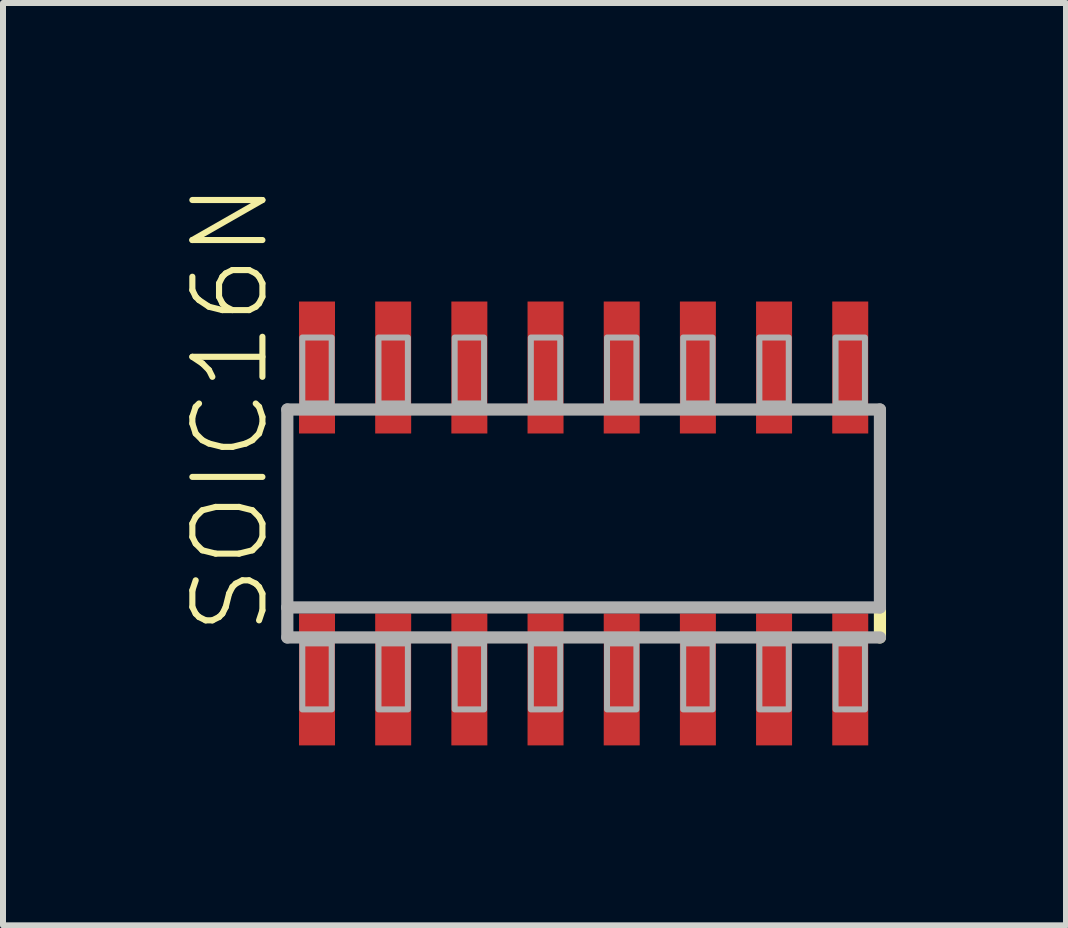
<source format=kicad_pcb>
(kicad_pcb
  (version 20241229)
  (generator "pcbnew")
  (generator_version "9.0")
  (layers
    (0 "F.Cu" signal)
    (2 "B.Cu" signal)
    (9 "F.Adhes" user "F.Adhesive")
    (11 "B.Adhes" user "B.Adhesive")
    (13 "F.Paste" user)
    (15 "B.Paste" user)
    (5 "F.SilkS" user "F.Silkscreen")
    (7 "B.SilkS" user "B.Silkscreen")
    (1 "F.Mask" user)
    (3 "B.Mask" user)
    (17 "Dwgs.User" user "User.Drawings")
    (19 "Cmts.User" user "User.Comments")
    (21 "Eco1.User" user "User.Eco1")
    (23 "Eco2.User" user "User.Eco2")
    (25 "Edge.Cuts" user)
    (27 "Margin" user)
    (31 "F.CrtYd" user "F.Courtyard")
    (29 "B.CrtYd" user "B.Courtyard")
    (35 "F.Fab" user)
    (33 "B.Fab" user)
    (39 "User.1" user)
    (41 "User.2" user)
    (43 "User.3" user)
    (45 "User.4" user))
  (footprint "SOIC16N"
    (layer "F.Cu")
    (at 6.68 5.677)
    (property "Reference" "SOIC16N" (at -5.207 1.905 90) (unlocked yes) (layer "F.SilkS") (effects (font (size 1.168 1.168) (thickness 0.102)) (justify left bottom)))
    (fp_line (start 4.94 1.4) (end 4.94 1.9) (stroke (width 0.203) (type solid)) (layer "F.SilkS"))
    (fp_line (start -4.94 -1.9) (end 4.94 -1.9) (stroke (width 0.203) (type solid)) (layer "F.Fab"))
    (fp_line (start -4.94 1.4) (end -4.94 -1.9) (stroke (width 0.203) (type solid)) (layer "F.Fab"))
    (fp_line (start -4.94 1.9) (end -4.94 1.4) (stroke (width 0.203) (type solid)) (layer "F.Fab"))
    (fp_line (start 4.94 -1.9) (end 4.94 1.4) (stroke (width 0.203) (type solid)) (layer "F.Fab"))
    (fp_line (start 4.94 1.4) (end -4.94 1.4) (stroke (width 0.203) (type solid)) (layer "F.Fab"))
    (fp_line (start 4.94 1.9) (end -4.94 1.9) (stroke (width 0.203) (type solid)) (layer "F.Fab"))
    (fp_poly (pts (xy -4.69 -2) (xy -4.2 -2) (xy -4.2 -3.1) (xy -4.69 -3.1)) (stroke (width 0.1) (type default)) (fill no) (layer "F.Fab"))
    (fp_poly (pts (xy -4.69 3.1) (xy -4.2 3.1) (xy -4.2 2) (xy -4.69 2)) (stroke (width 0.1) (type default)) (fill no) (layer "F.Fab"))
    (fp_poly (pts (xy -3.42 -2) (xy -2.93 -2) (xy -2.93 -3.1) (xy -3.42 -3.1)) (stroke (width 0.1) (type default)) (fill no) (layer "F.Fab"))
    (fp_poly (pts (xy -3.42 3.1) (xy -2.93 3.1) (xy -2.93 2) (xy -3.42 2)) (stroke (width 0.1) (type default)) (fill no) (layer "F.Fab"))
    (fp_poly (pts (xy -2.15 -2) (xy -1.66 -2) (xy -1.66 -3.1) (xy -2.15 -3.1)) (stroke (width 0.1) (type default)) (fill no) (layer "F.Fab"))
    (fp_poly (pts (xy -2.15 3.1) (xy -1.66 3.1) (xy -1.66 2) (xy -2.15 2)) (stroke (width 0.1) (type default)) (fill no) (layer "F.Fab"))
    (fp_poly (pts (xy -0.88 -2) (xy -0.39 -2) (xy -0.39 -3.1) (xy -0.88 -3.1)) (stroke (width 0.1) (type default)) (fill no) (layer "F.Fab"))
    (fp_poly (pts (xy -0.88 3.1) (xy -0.39 3.1) (xy -0.39 2) (xy -0.88 2)) (stroke (width 0.1) (type default)) (fill no) (layer "F.Fab"))
    (fp_poly (pts (xy 0.39 -2) (xy 0.88 -2) (xy 0.88 -3.1) (xy 0.39 -3.1)) (stroke (width 0.1) (type default)) (fill no) (layer "F.Fab"))
    (fp_poly (pts (xy 0.39 3.1) (xy 0.88 3.1) (xy 0.88 2) (xy 0.39 2)) (stroke (width 0.1) (type default)) (fill no) (layer "F.Fab"))
    (fp_poly (pts (xy 1.66 -2) (xy 2.15 -2) (xy 2.15 -3.1) (xy 1.66 -3.1)) (stroke (width 0.1) (type default)) (fill no) (layer "F.Fab"))
    (fp_poly (pts (xy 1.66 3.1) (xy 2.15 3.1) (xy 2.15 2) (xy 1.66 2)) (stroke (width 0.1) (type default)) (fill no) (layer "F.Fab"))
    (fp_poly (pts (xy 2.93 -2) (xy 3.42 -2) (xy 3.42 -3.1) (xy 2.93 -3.1)) (stroke (width 0.1) (type default)) (fill no) (layer "F.Fab"))
    (fp_poly (pts (xy 2.93 3.1) (xy 3.42 3.1) (xy 3.42 2) (xy 2.93 2)) (stroke (width 0.1) (type default)) (fill no) (layer "F.Fab"))
    (fp_poly (pts (xy 4.2 -2) (xy 4.69 -2) (xy 4.69 -3.1) (xy 4.2 -3.1)) (stroke (width 0.1) (type default)) (fill no) (layer "F.Fab"))
    (fp_poly (pts (xy 4.2 3.1) (xy 4.69 3.1) (xy 4.69 2) (xy 4.2 2)) (stroke (width 0.1) (type default)) (fill no) (layer "F.Fab"))
    (pad "1" smd rect (at -4.445 2.6) (size 0.6 2.2) (layers "F.Cu" "F.Mask" "F.Paste"))
    (pad "2" smd rect (at -3.175 2.6) (size 0.6 2.2) (layers "F.Cu" "F.Mask" "F.Paste"))
    (pad "3" smd rect (at -1.905 2.6) (size 0.6 2.2) (layers "F.Cu" "F.Mask" "F.Paste"))
    (pad "4" smd rect (at -0.635 2.6) (size 0.6 2.2) (layers "F.Cu" "F.Mask" "F.Paste"))
    (pad "5" smd rect (at 0.635 2.6) (size 0.6 2.2) (layers "F.Cu" "F.Mask" "F.Paste"))
    (pad "6" smd rect (at 1.905 2.6) (size 0.6 2.2) (layers "F.Cu" "F.Mask" "F.Paste"))
    (pad "7" smd rect (at 3.175 2.6) (size 0.6 2.2) (layers "F.Cu" "F.Mask" "F.Paste"))
    (pad "8" smd rect (at 4.445 2.6) (size 0.6 2.2) (layers "F.Cu" "F.Mask" "F.Paste"))
    (pad "9" smd rect (at 4.445 -2.6) (size 0.6 2.2) (layers "F.Cu" "F.Mask" "F.Paste"))
    (pad "10" smd rect (at 3.175 -2.6) (size 0.6 2.2) (layers "F.Cu" "F.Mask" "F.Paste"))
    (pad "11" smd rect (at 1.905 -2.6) (size 0.6 2.2) (layers "F.Cu" "F.Mask" "F.Paste"))
    (pad "12" smd rect (at 0.635 -2.6) (size 0.6 2.2) (layers "F.Cu" "F.Mask" "F.Paste"))
    (pad "13" smd rect (at -0.635 -2.6) (size 0.6 2.2) (layers "F.Cu" "F.Mask" "F.Paste"))
    (pad "14" smd rect (at -1.905 -2.6) (size 0.6 2.2) (layers "F.Cu" "F.Mask" "F.Paste"))
    (pad "15" smd rect (at -3.175 -2.6) (size 0.6 2.2) (layers "F.Cu" "F.Mask" "F.Paste"))
    (pad "16" smd rect (at -4.445 -2.6) (size 0.6 2.2) (layers "F.Cu" "F.Mask" "F.Paste")))
  (gr_rect
    (start -3 -3)
    (end 14.722 12.377)
    (stroke (width 0.1) (type default))
    (fill no)
    (layer "Edge.Cuts")))
</source>
